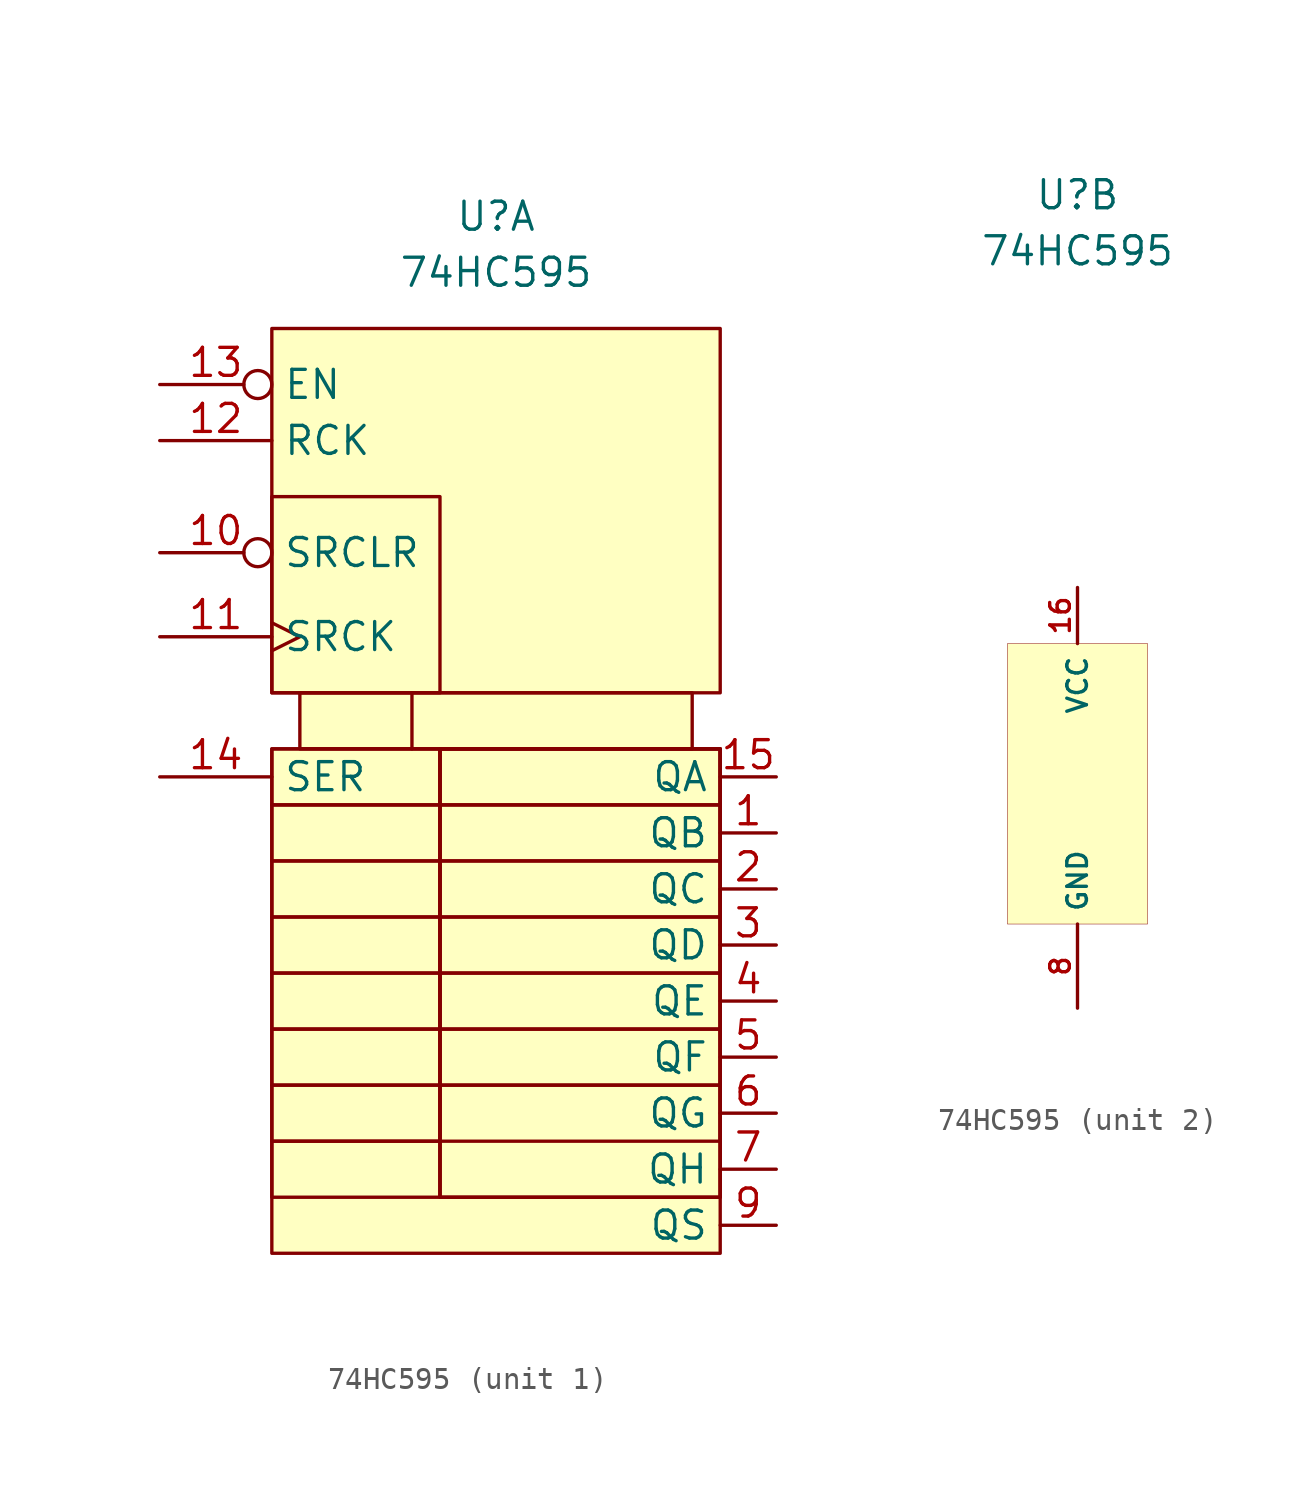
<source format=kicad_sym>
(kicad_symbol_lib
  (version 20201005)
  (generator kicad_symbol_editor)
  (symbol "Kabeltester:74HC595"
    (property "Reference" "U"
      (at 0 26.67 0)
      (effects (font (size 1.27 1.27))))
    (property "Value" "74HC595"
      (at 0 24.13 0)
      (effects (font (size 1.27 1.27))))
    (symbol "74HC595_1_1"
      (rectangle (start -10.16 -15.24) (end -2.54 -17.78) (stroke (width 0)) (fill (type none)))
      (rectangle (start -10.16 -12.7) (end -2.54 -15.24) (stroke (width 0)) (fill (type none)))
      (rectangle (start -10.16 -10.16) (end -2.54 -12.7) (stroke (width 0)) (fill (type none)))
      (rectangle (start -10.16 -7.62) (end -2.54 -10.16) (stroke (width 0)) (fill (type none)))
      (rectangle (start -10.16 -5.08) (end -2.54 -7.62) (stroke (width 0)) (fill (type none)))
      (rectangle (start -10.16 -2.54) (end -2.54 -5.08) (stroke (width 0)) (fill (type none)))
      (rectangle (start -10.16 0) (end -2.54 -2.54) (stroke (width 0)) (fill (type none)))
      (rectangle (start -10.16 2.54) (end -2.54 0) (stroke (width 0)) (fill (type none)))
      (rectangle (start -10.16 2.54) (end 10.16 -20.32) (stroke (width 0)) (fill (type background)))
      (rectangle (start -10.16 5.08) (end -2.54 13.97) (stroke (width 0)) (fill (type none)))
      (rectangle (start -10.16 21.59) (end 10.16 5.08) (stroke (width 0)) (fill (type background)))
      (rectangle (start -8.89 5.08) (end 8.89 2.54) (stroke (width 0)) (fill (type background)))
      (rectangle (start -3.81 5.08) (end -3.81 2.54) (stroke (width 0)) (fill (type none)))
      (rectangle (start -2.54 -12.7) (end 10.16 -15.24) (stroke (width 0)) (fill (type none)))
      (rectangle (start -2.54 -10.16) (end 10.16 -12.7) (stroke (width 0)) (fill (type none)))
      (rectangle (start -2.54 -7.62) (end 10.16 -10.16) (stroke (width 0)) (fill (type none)))
      (rectangle (start -2.54 -5.08) (end 10.16 -7.62) (stroke (width 0)) (fill (type none)))
      (rectangle (start -2.54 -2.54) (end 10.16 -5.08) (stroke (width 0)) (fill (type none)))
      (rectangle (start -2.54 0) (end 10.16 -2.54) (stroke (width 0)) (fill (type none)))
      (rectangle (start -2.54 2.54) (end 10.16 -17.78) (stroke (width 0)) (fill (type none)))
      (rectangle (start -2.54 2.54) (end 10.16 -17.78) (stroke (width 0)) (fill (type background)))
      (rectangle (start -2.54 2.54) (end 10.16 0) (stroke (width 0)) (fill (type none)))
      (pin output line (at 12.7 -1.27 180) (length 2.54) (name "QB" (effects (font (size 1.27 1.27)))) (number "1" (effects (font (size 1.27 1.27)))))
      (pin input inverted (at -15.24 11.43 0) (length 5.08) (name "SRCLR" (effects (font (size 1.27 1.27)))) (number "10" (effects (font (size 1.27 1.27)))))
      (pin input clock (at -15.24 7.62 0) (length 5.08) (name "SRCK" (effects (font (size 1.27 1.27)))) (number "11" (effects (font (size 1.27 1.27)))))
      (pin input line (at -15.24 16.51 0) (length 5.08) (name "RCK" (effects (font (size 1.27 1.27)))) (number "12" (effects (font (size 1.27 1.27)))))
      (pin input inverted (at -15.24 19.05 0) (length 5.08) (name "EN" (effects (font (size 1.27 1.27)))) (number "13" (effects (font (size 1.27 1.27)))))
      (pin input line (at -15.24 1.27 0) (length 5.08) (name "SER" (effects (font (size 1.27 1.27)))) (number "14" (effects (font (size 1.27 1.27)))))
      (pin output line (at 12.7 1.27 180) (length 2.54) (name "QA" (effects (font (size 1.27 1.27)))) (number "15" (effects (font (size 1.27 1.27)))))
      (pin output line (at 12.7 -3.81 180) (length 2.54) (name "QC" (effects (font (size 1.27 1.27)))) (number "2" (effects (font (size 1.27 1.27)))))
      (pin output line (at 12.7 -6.35 180) (length 2.54) (name "QD" (effects (font (size 1.27 1.27)))) (number "3" (effects (font (size 1.27 1.27)))))
      (pin output line (at 12.7 -8.89 180) (length 2.54) (name "QE" (effects (font (size 1.27 1.27)))) (number "4" (effects (font (size 1.27 1.27)))))
      (pin output line (at 12.7 -11.43 180) (length 2.54) (name "QF" (effects (font (size 1.27 1.27)))) (number "5" (effects (font (size 1.27 1.27)))))
      (pin output line (at 12.7 -13.97 180) (length 2.54) (name "QG" (effects (font (size 1.27 1.27)))) (number "6" (effects (font (size 1.27 1.27)))))
      (pin output line (at 12.7 -16.51 180) (length 2.54) (name "QH" (effects (font (size 1.27 1.27)))) (number "7" (effects (font (size 1.27 1.27)))))
      (pin output line (at 12.7 -19.05 180) (length 2.54) (name "QS" (effects (font (size 1.27 1.27)))) (number "9" (effects (font (size 1.27 1.27))))))
    (symbol "74HC595_2_1"
      (rectangle (start -3.175 6.35) (end 3.175 -6.35) (stroke (width 0.001)) (fill (type background)))
      (pin input line (at 0 8.89 270) (length 2.54) (name "VCC" (effects (font (size 0.889 0.889)))) (number "16" (effects (font (size 0.889 0.889)))))
      (pin input line (at 0 -10.16 90) (length 3.81) (name "GND" (effects (font (size 0.889 0.889)))) (number "8" (effects (font (size 0.889 0.889))))))))
</source>
